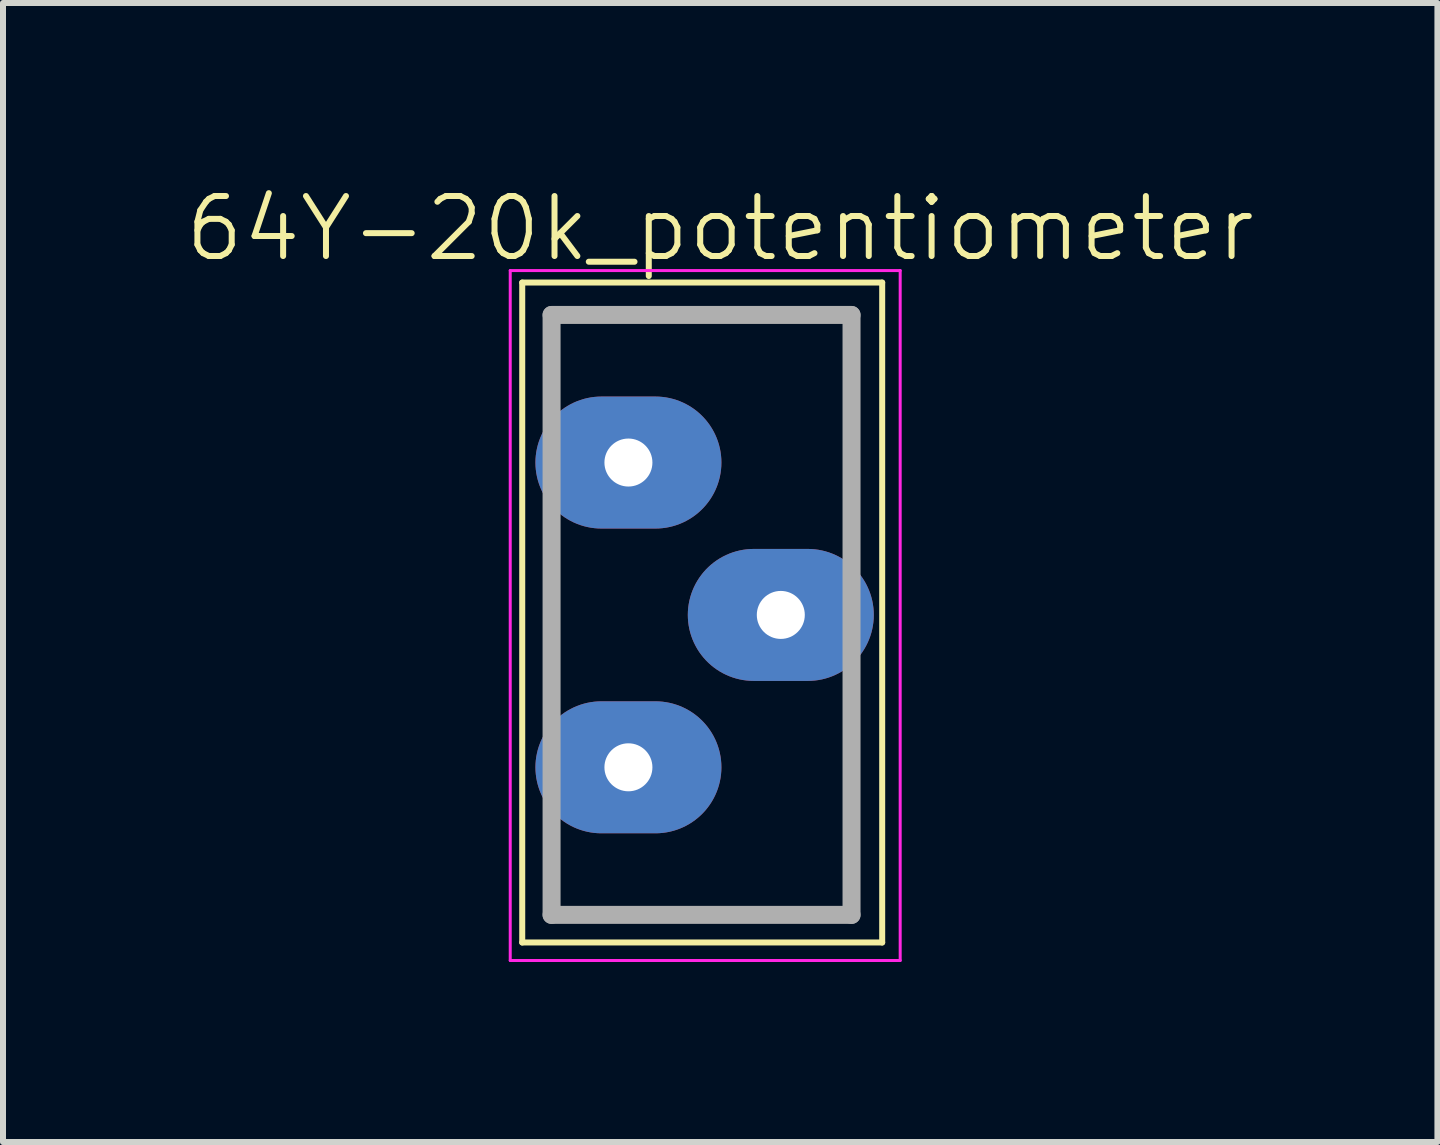
<source format=kicad_pcb>
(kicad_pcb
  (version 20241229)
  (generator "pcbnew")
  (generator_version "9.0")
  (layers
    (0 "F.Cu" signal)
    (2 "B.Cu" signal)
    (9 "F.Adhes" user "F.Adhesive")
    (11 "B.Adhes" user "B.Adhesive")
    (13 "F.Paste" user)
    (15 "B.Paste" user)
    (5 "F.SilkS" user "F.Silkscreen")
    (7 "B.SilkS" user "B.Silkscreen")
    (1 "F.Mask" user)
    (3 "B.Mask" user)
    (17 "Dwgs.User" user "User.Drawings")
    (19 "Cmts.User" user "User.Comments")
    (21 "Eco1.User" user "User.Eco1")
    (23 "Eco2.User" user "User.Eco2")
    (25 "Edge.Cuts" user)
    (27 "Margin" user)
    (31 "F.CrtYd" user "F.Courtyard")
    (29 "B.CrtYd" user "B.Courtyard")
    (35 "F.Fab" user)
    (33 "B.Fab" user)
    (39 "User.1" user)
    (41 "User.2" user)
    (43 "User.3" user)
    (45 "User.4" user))
  (footprint "64Y-20k_potentiometer"
    (layer "F.Cu")
    (at 8.655 4.66)
    (property "Reference" "64Y-20k_potentiometer" (at 0.3 -3.9 0) (unlocked yes) (layer "F.SilkS") (effects (font (size 1 1) (thickness 0.1))))
    (attr through_hole)
    (fp_line (start -3 -3) (end 3 -3) (stroke (width 0.1) (type default)) (layer "F.SilkS"))
    (fp_line (start -3 8) (end -3 -3) (stroke (width 0.1) (type default)) (layer "F.SilkS"))
    (fp_line (start 3 -3) (end 3 8) (stroke (width 0.1) (type default)) (layer "F.SilkS"))
    (fp_line (start 3 8) (end -3 8) (stroke (width 0.1) (type default)) (layer "F.SilkS"))
    (fp_line (start -3.2 -3.2) (end 3.3 -3.2) (stroke (width 0.05) (type default)) (layer "F.CrtYd"))
    (fp_line (start -3.2 8.3) (end -3.2 -3.2) (stroke (width 0.05) (type default)) (layer "F.CrtYd"))
    (fp_line (start 3.3 -3.2) (end 3.3 8.3) (stroke (width 0.05) (type default)) (layer "F.CrtYd"))
    (fp_line (start 3.3 8.3) (end -3.2 8.3) (stroke (width 0.05) (type default)) (layer "F.CrtYd"))
    (fp_line (start -2.511 -2.46) (end 2.489 -2.46) (stroke (width 0.3) (type default)) (layer "F.Fab"))
    (fp_line (start -2.511 7.54) (end -2.511 -2.46) (stroke (width 0.3) (type default)) (layer "F.Fab"))
    (fp_line (start 2.489 -2.46) (end 2.489 7.54) (stroke (width 0.3) (type default)) (layer "F.Fab"))
    (fp_line (start 2.489 7.54) (end -2.511 7.54) (stroke (width 0.3) (type default)) (layer "F.Fab"))
    (pad "1" thru_hole oval (at -1.23 0 270) (size 2.2 3.1) (drill 0.8) (layers "*.Cu" "*.Mask"))
    (pad "2" thru_hole oval (at 1.31 2.54 270) (size 2.2 3.1) (drill 0.8) (layers "*.Cu" "*.Mask"))
    (pad "3" thru_hole oval (at -1.23 5.08 270) (size 2.2 3.1) (drill 0.8) (layers "*.Cu" "*.Mask")))
  (gr_rect
    (start -3 -3)
    (end 20.91 15.986)
    (stroke (width 0.1) (type default))
    (fill no)
    (layer "Edge.Cuts")))
</source>
